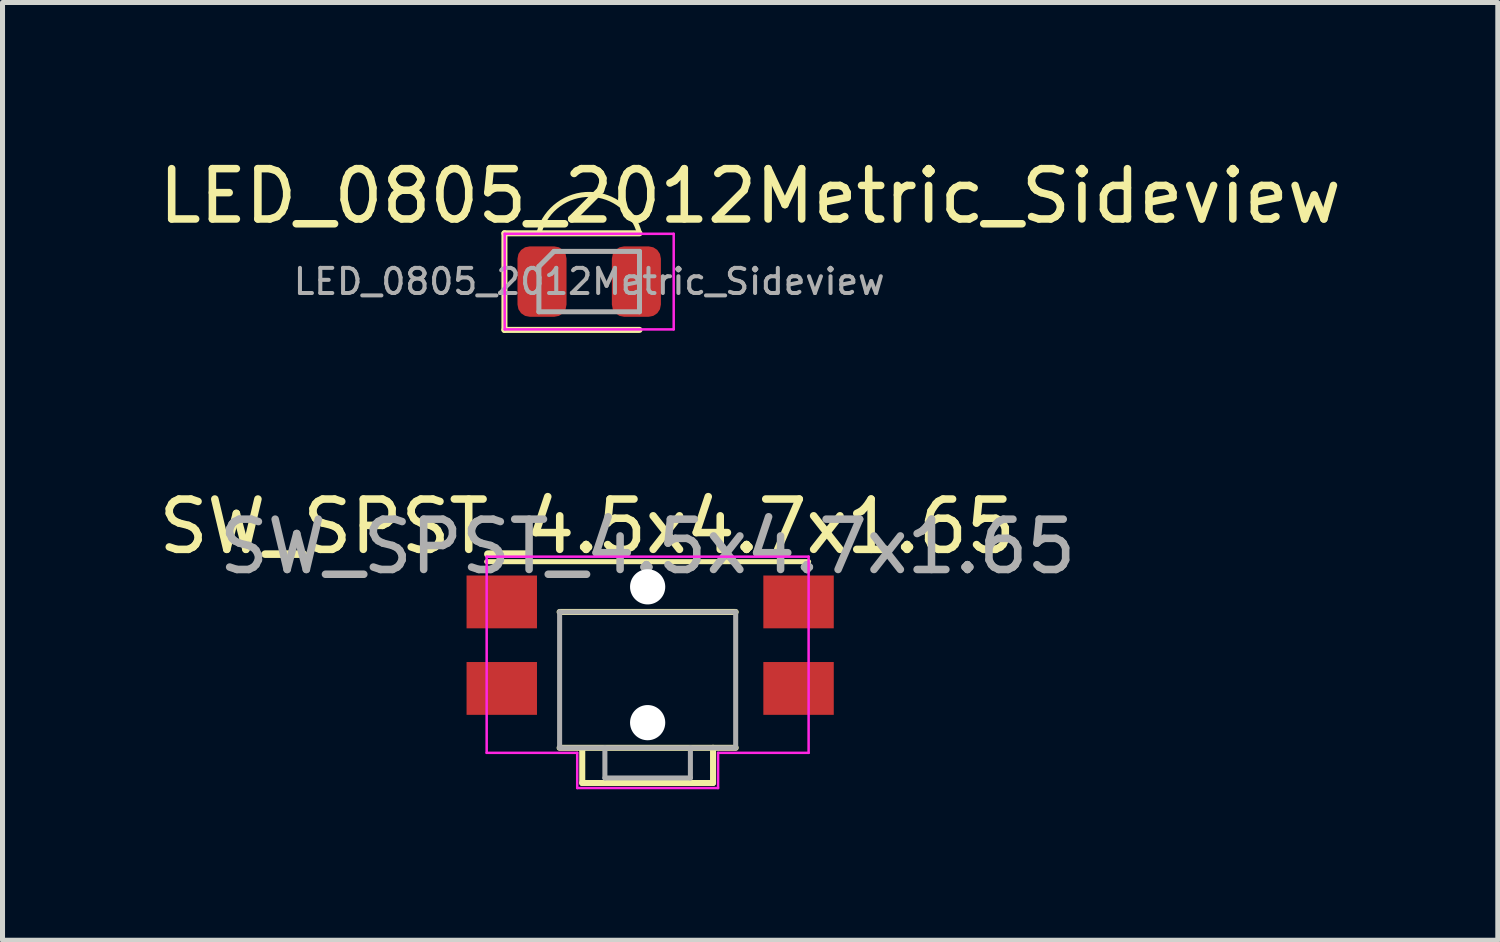
<source format=kicad_pcb>
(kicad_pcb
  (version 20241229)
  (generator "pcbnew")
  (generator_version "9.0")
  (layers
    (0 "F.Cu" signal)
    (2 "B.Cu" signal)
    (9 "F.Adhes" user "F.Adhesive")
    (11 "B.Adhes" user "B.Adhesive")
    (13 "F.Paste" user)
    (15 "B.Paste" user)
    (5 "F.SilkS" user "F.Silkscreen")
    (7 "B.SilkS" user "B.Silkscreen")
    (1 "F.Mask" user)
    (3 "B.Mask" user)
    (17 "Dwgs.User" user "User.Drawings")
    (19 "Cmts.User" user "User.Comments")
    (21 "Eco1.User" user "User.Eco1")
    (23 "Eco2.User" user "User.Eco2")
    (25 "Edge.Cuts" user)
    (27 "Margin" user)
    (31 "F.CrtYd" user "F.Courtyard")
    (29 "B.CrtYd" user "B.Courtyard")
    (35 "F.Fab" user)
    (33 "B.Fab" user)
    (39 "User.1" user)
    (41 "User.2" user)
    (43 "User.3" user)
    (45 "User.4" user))
  (footprint "SW_SPST_4.5x4.7x1.65"
    (layer "F.Cu")
    (at 9.825 10.316)
    (property "Reference" "SW_SPST_4.5x4.7x1.65" (at -1.2 -2.9 0) (layer "F.SilkS") (effects (font (size 1 1) (thickness 0.15))))
    (attr smd)
    (fp_line (start -1.75 -1.2) (end 1.75 -1.2) (stroke (width 0.12) (type solid)) (layer "F.SilkS"))
    (fp_line (start -1.3 2.2) (end -1.3 1.55) (stroke (width 0.12) (type solid)) (layer "F.SilkS"))
    (fp_line (start 1.3 1.5) (end 1.3 2.2) (stroke (width 0.12) (type solid)) (layer "F.SilkS"))
    (fp_line (start 1.3 2.2) (end -1.3 2.2) (stroke (width 0.12) (type solid)) (layer "F.SilkS"))
    (fp_line (start 1.75 1.5) (end -1.75 1.5) (stroke (width 0.12) (type solid)) (layer "F.SilkS"))
    (fp_line (start 3.2 -2.2) (end -3.2 -2.2) (stroke (width 0.1) (type default)) (layer "F.SilkS"))
    (fp_line (start -3.2 -2.3) (end 3.2 -2.3) (stroke (width 0.05) (type solid)) (layer "F.CrtYd"))
    (fp_line (start -3.2 1.6) (end -3.2 -2.3) (stroke (width 0.05) (type solid)) (layer "F.CrtYd"))
    (fp_line (start -1.4 1.6) (end -3.2 1.6) (stroke (width 0.05) (type solid)) (layer "F.CrtYd"))
    (fp_line (start -1.4 2.3) (end -1.4 1.6) (stroke (width 0.05) (type solid)) (layer "F.CrtYd"))
    (fp_line (start 1.4 1.6) (end 1.4 2.3) (stroke (width 0.05) (type solid)) (layer "F.CrtYd"))
    (fp_line (start 1.4 2.3) (end -1.4 2.3) (stroke (width 0.05) (type solid)) (layer "F.CrtYd"))
    (fp_line (start 3.2 -2.3) (end 3.2 1.6) (stroke (width 0.05) (type solid)) (layer "F.CrtYd"))
    (fp_line (start 3.2 1.6) (end 1.4 1.6) (stroke (width 0.05) (type solid)) (layer "F.CrtYd"))
    (fp_line (start -1.75 -1.2) (end 1.75 -1.2) (stroke (width 0.1) (type solid)) (layer "F.Fab"))
    (fp_line (start -1.75 1.5) (end -1.75 -1.2) (stroke (width 0.1) (type solid)) (layer "F.Fab"))
    (fp_line (start -0.85 2.1) (end -0.85 1.5) (stroke (width 0.1) (type solid)) (layer "F.Fab"))
    (fp_line (start -0.85 2.1) (end 0.85 2.1) (stroke (width 0.1) (type solid)) (layer "F.Fab"))
    (fp_line (start 0.85 2.1) (end 0.85 1.5) (stroke (width 0.1) (type solid)) (layer "F.Fab"))
    (fp_line (start 1.75 -1.2) (end 1.75 1.5) (stroke (width 0.1) (type solid)) (layer "F.Fab"))
    (fp_line (start 1.75 1.5) (end -1.75 1.5) (stroke (width 0.1) (type solid)) (layer "F.Fab"))
    (fp_text user "${REFERENCE}" (at 0 -2.5 0) (layer "F.Fab") (effects (font (size 1 1) (thickness 0.15))))
    (pad "" np_thru_hole circle (at 0 -1.7) (size 0.7 0.7) (drill 0.7) (layers "*.Cu" "*.Mask"))
    (pad "" np_thru_hole circle (at 0 1) (size 0.7 0.7) (drill 0.7) (layers "*.Cu" "*.Mask"))
    (pad "1" smd rect (at -2.9 -1.4) (size 1.4 1.05) (layers "F.Cu" "F.Mask" "F.Paste"))
    (pad "1" smd rect (at 3 -1.4) (size 1.4 1.05) (layers "F.Cu" "F.Mask" "F.Paste"))
    (pad "2" smd rect (at -2.9 0.32) (size 1.4 1.05) (layers "F.Cu" "F.Mask" "F.Paste"))
    (pad "2" smd rect (at 3 0.32) (size 1.4 1.05) (layers "F.Cu" "F.Mask" "F.Paste")))
  (footprint "LED_0805_2012Metric_Sideview"
    (layer "F.Cu")
    (at 8.663 2.548)
    (property "Reference" "LED_0805_2012Metric_Sideview" (at 3.2 -1.7 0) (layer "F.SilkS") (effects (font (size 1 1) (thickness 0.15))))
    (attr smd)
    (fp_line (start -1.685 -0.96) (end -1.685 0.96) (stroke (width 0.12) (type solid)) (layer "F.SilkS"))
    (fp_line (start -1.685 0.96) (end 1 0.96) (stroke (width 0.12) (type solid)) (layer "F.SilkS"))
    (fp_line (start 1 -0.96) (end -1.685 -0.96) (stroke (width 0.12) (type solid)) (layer "F.SilkS"))
    (fp_arc (start -0.989671 -0.996901) (mid 0.01916 -1.733069) (end 1 -0.96) (stroke (width 0.1) (type default)) (layer "F.SilkS"))
    (fp_line (start -1.68 -0.95) (end 1.68 -0.95) (stroke (width 0.05) (type solid)) (layer "F.CrtYd"))
    (fp_line (start -1.68 0.95) (end -1.68 -0.95) (stroke (width 0.05) (type solid)) (layer "F.CrtYd"))
    (fp_line (start 1.68 -0.95) (end 1.68 0.95) (stroke (width 0.05) (type solid)) (layer "F.CrtYd"))
    (fp_line (start 1.68 0.95) (end -1.68 0.95) (stroke (width 0.05) (type solid)) (layer "F.CrtYd"))
    (fp_line (start -1 -0.3) (end -1 0.6) (stroke (width 0.1) (type solid)) (layer "F.Fab"))
    (fp_line (start -1 0.6) (end 1 0.6) (stroke (width 0.1) (type solid)) (layer "F.Fab"))
    (fp_line (start -0.7 -0.6) (end -1 -0.3) (stroke (width 0.1) (type solid)) (layer "F.Fab"))
    (fp_line (start 1 -0.6) (end -0.7 -0.6) (stroke (width 0.1) (type solid)) (layer "F.Fab"))
    (fp_line (start 1 0.6) (end 1 -0.6) (stroke (width 0.1) (type solid)) (layer "F.Fab"))
    (fp_text user "${REFERENCE}" (at 0 0 0) (layer "F.Fab") (effects (font (size 0.5 0.5) (thickness 0.08))))
    (pad "1" smd roundrect (at -0.938 0) (size 0.975 1.4) (layers "F.Cu" "F.Mask" "F.Paste") (roundrect_rratio 0.25))
    (pad "2" smd roundrect (at 0.938 0) (size 0.975 1.4) (layers "F.Cu" "F.Mask" "F.Paste") (roundrect_rratio 0.25)))
  (gr_rect
    (start -3 -3)
    (end 26.726 15.642)
    (stroke (width 0.1) (type default))
    (fill no)
    (layer "Edge.Cuts")))
</source>
